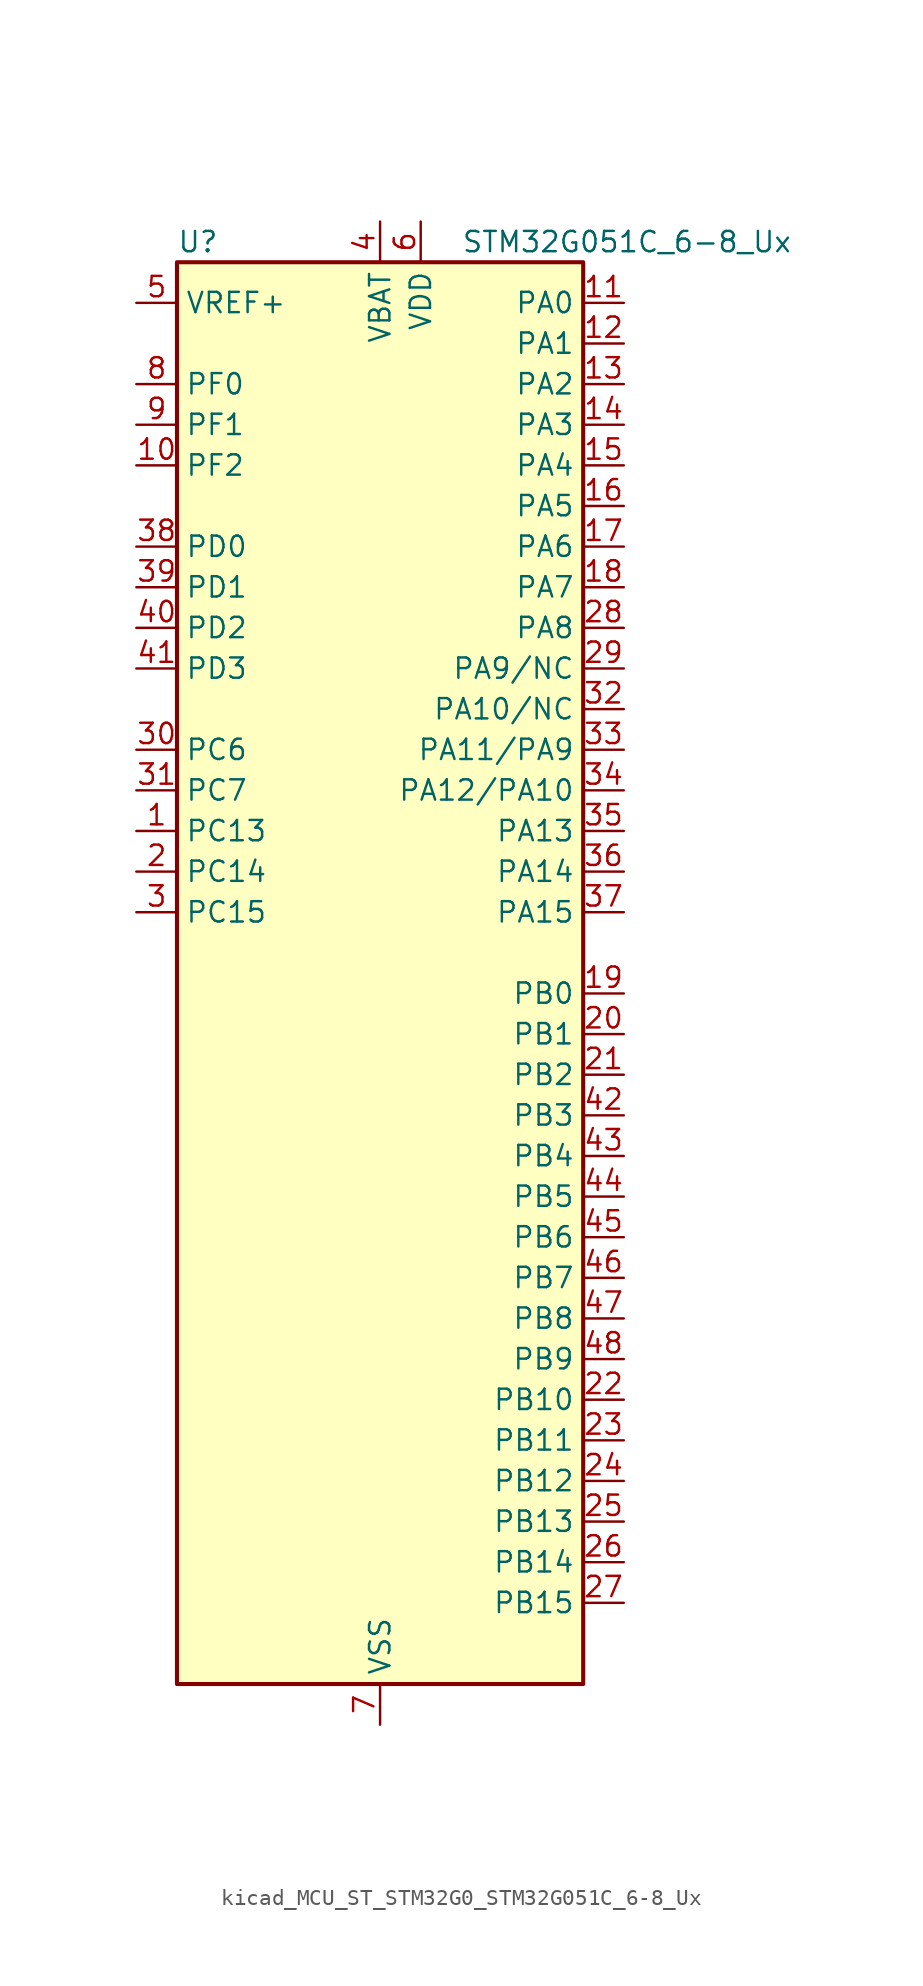
<source format=kicad_sym>
(kicad_symbol_lib
  (version 20220914)
  (generator kicad_symbol_editor)
  (symbol "kicad_MCU_ST_STM32G0_STM32G051C_6-8_Ux"
    (property "Reference" "U"
      (at -12.7 46.99 0)
      (effects (font (size 1.27 1.27)) (justify left)))
    (property "Value" "STM32G051C_6-8_Ux"
      (at 5.08 46.99 0)
      (effects (font (size 1.27 1.27)) (justify left)))
    (property "ki_locked" ""
      (at 0 0 0)
      (effects (font (size 1.27 1.27))))
    (symbol "kicad_MCU_ST_STM32G0_STM32G051C_6-8_Ux_0_1"
      (rectangle (start -12.7 -43.18) (end 12.7 45.72) (stroke (width 0.254) (type default)) (fill (type background))))
    (symbol "kicad_MCU_ST_STM32G0_STM32G051C_6-8_Ux_1_1"
      (pin bidirectional line (at -15.24 10.16 0) (length 2.54) (name "PC13" (effects (font (size 1.27 1.27)))) (number "1" (effects (font (size 1.27 1.27)))) (alternate "RTC_OUT1" bidirectional line) (alternate "RTC_TAMP_IN1" bidirectional line) (alternate "RTC_TS" bidirectional line) (alternate "SYS_WKUP2" bidirectional line) (alternate "TIM1_BK" bidirectional line))
      (pin bidirectional line (at -15.24 33.02 0) (length 2.54) (name "PF2" (effects (font (size 1.27 1.27)))) (number "10" (effects (font (size 1.27 1.27)))) (alternate "RCC_MCO" bidirectional line))
      (pin bidirectional line (at 15.24 43.18 180) (length 2.54) (name "PA0" (effects (font (size 1.27 1.27)))) (number "11" (effects (font (size 1.27 1.27)))) (alternate "ADC1_IN0" bidirectional line) (alternate "COMP1_INM" bidirectional line) (alternate "COMP1_OUT" bidirectional line) (alternate "LPTIM1_OUT" bidirectional line) (alternate "RTC_TAMP_IN2" bidirectional line) (alternate "SPI2_SCK" bidirectional line) (alternate "SYS_WKUP1" bidirectional line) (alternate "TIM2_CH1" bidirectional line) (alternate "TIM2_ETR" bidirectional line) (alternate "USART2_CTS" bidirectional line) (alternate "USART2_NSS" bidirectional line))
      (pin bidirectional line (at 15.24 40.64 180) (length 2.54) (name "PA1" (effects (font (size 1.27 1.27)))) (number "12" (effects (font (size 1.27 1.27)))) (alternate "ADC1_IN1" bidirectional line) (alternate "COMP1_INP" bidirectional line) (alternate "I2C1_SMBA" bidirectional line) (alternate "I2S1_CK" bidirectional line) (alternate "SPI1_SCK" bidirectional line) (alternate "TIM15_CH1N" bidirectional line) (alternate "TIM2_CH2" bidirectional line) (alternate "USART2_CK" bidirectional line) (alternate "USART2_DE" bidirectional line) (alternate "USART2_RTS" bidirectional line))
      (pin bidirectional line (at 15.24 38.1 180) (length 2.54) (name "PA2" (effects (font (size 1.27 1.27)))) (number "13" (effects (font (size 1.27 1.27)))) (alternate "ADC1_IN2" bidirectional line) (alternate "COMP2_INM" bidirectional line) (alternate "COMP2_OUT" bidirectional line) (alternate "I2S1_SD" bidirectional line) (alternate "LPUART1_TX" bidirectional line) (alternate "RCC_LSCO" bidirectional line) (alternate "SPI1_MOSI" bidirectional line) (alternate "SYS_WKUP4" bidirectional line) (alternate "TIM15_CH1" bidirectional line) (alternate "TIM2_CH3" bidirectional line) (alternate "USART2_TX" bidirectional line))
      (pin bidirectional line (at 15.24 35.56 180) (length 2.54) (name "PA3" (effects (font (size 1.27 1.27)))) (number "14" (effects (font (size 1.27 1.27)))) (alternate "ADC1_IN3" bidirectional line) (alternate "COMP2_INP" bidirectional line) (alternate "LPUART1_RX" bidirectional line) (alternate "SPI2_MISO" bidirectional line) (alternate "TIM15_CH2" bidirectional line) (alternate "TIM2_CH4" bidirectional line) (alternate "USART2_RX" bidirectional line))
      (pin bidirectional line (at 15.24 33.02 180) (length 2.54) (name "PA4" (effects (font (size 1.27 1.27)))) (number "15" (effects (font (size 1.27 1.27)))) (alternate "ADC1_IN4" bidirectional line) (alternate "DAC1_OUT1" bidirectional line) (alternate "I2S1_WS" bidirectional line) (alternate "LPTIM2_OUT" bidirectional line) (alternate "RTC_OUT2" bidirectional line) (alternate "SPI1_NSS" bidirectional line) (alternate "SPI2_MOSI" bidirectional line) (alternate "TIM14_CH1" bidirectional line))
      (pin bidirectional line (at 15.24 30.48 180) (length 2.54) (name "PA5" (effects (font (size 1.27 1.27)))) (number "16" (effects (font (size 1.27 1.27)))) (alternate "ADC1_IN5" bidirectional line) (alternate "DAC1_OUT2" bidirectional line) (alternate "I2S1_CK" bidirectional line) (alternate "LPTIM2_ETR" bidirectional line) (alternate "SPI1_SCK" bidirectional line) (alternate "TIM2_CH1" bidirectional line) (alternate "TIM2_ETR" bidirectional line))
      (pin bidirectional line (at 15.24 27.94 180) (length 2.54) (name "PA6" (effects (font (size 1.27 1.27)))) (number "17" (effects (font (size 1.27 1.27)))) (alternate "ADC1_IN6" bidirectional line) (alternate "COMP1_OUT" bidirectional line) (alternate "I2S1_MCK" bidirectional line) (alternate "LPUART1_CTS" bidirectional line) (alternate "SPI1_MISO" bidirectional line) (alternate "TIM16_CH1" bidirectional line) (alternate "TIM1_BK" bidirectional line) (alternate "TIM3_CH1" bidirectional line))
      (pin bidirectional line (at 15.24 25.4 180) (length 2.54) (name "PA7" (effects (font (size 1.27 1.27)))) (number "18" (effects (font (size 1.27 1.27)))) (alternate "ADC1_IN7" bidirectional line) (alternate "COMP2_OUT" bidirectional line) (alternate "I2S1_SD" bidirectional line) (alternate "SPI1_MOSI" bidirectional line) (alternate "TIM14_CH1" bidirectional line) (alternate "TIM17_CH1" bidirectional line) (alternate "TIM1_CH1N" bidirectional line) (alternate "TIM3_CH2" bidirectional line))
      (pin bidirectional line (at 15.24 0 180) (length 2.54) (name "PB0" (effects (font (size 1.27 1.27)))) (number "19" (effects (font (size 1.27 1.27)))) (alternate "ADC1_IN8" bidirectional line) (alternate "COMP1_OUT" bidirectional line) (alternate "I2S1_WS" bidirectional line) (alternate "LPTIM1_OUT" bidirectional line) (alternate "SPI1_NSS" bidirectional line) (alternate "TIM1_CH2N" bidirectional line) (alternate "TIM3_CH3" bidirectional line))
      (pin bidirectional line (at -15.24 7.62 0) (length 2.54) (name "PC14" (effects (font (size 1.27 1.27)))) (number "2" (effects (font (size 1.27 1.27)))) (alternate "RCC_OSC32_IN" bidirectional line) (alternate "TIM1_BK2" bidirectional line))
      (pin bidirectional line (at 15.24 -2.54 180) (length 2.54) (name "PB1" (effects (font (size 1.27 1.27)))) (number "20" (effects (font (size 1.27 1.27)))) (alternate "ADC1_IN9" bidirectional line) (alternate "COMP1_INM" bidirectional line) (alternate "LPTIM2_IN1" bidirectional line) (alternate "LPUART1_DE" bidirectional line) (alternate "LPUART1_RTS" bidirectional line) (alternate "TIM14_CH1" bidirectional line) (alternate "TIM1_CH3N" bidirectional line) (alternate "TIM3_CH4" bidirectional line))
      (pin bidirectional line (at 15.24 -5.08 180) (length 2.54) (name "PB2" (effects (font (size 1.27 1.27)))) (number "21" (effects (font (size 1.27 1.27)))) (alternate "ADC1_IN10" bidirectional line) (alternate "COMP1_INP" bidirectional line) (alternate "LPTIM1_OUT" bidirectional line) (alternate "SPI2_MISO" bidirectional line))
      (pin bidirectional line (at 15.24 -25.4 180) (length 2.54) (name "PB10" (effects (font (size 1.27 1.27)))) (number "22" (effects (font (size 1.27 1.27)))) (alternate "ADC1_IN11" bidirectional line) (alternate "COMP1_OUT" bidirectional line) (alternate "I2C2_SCL" bidirectional line) (alternate "LPUART1_RX" bidirectional line) (alternate "SPI2_SCK" bidirectional line) (alternate "TIM2_CH3" bidirectional line))
      (pin bidirectional line (at 15.24 -27.94 180) (length 2.54) (name "PB11" (effects (font (size 1.27 1.27)))) (number "23" (effects (font (size 1.27 1.27)))) (alternate "ADC1_EXTI11" bidirectional line) (alternate "ADC1_IN15" bidirectional line) (alternate "COMP2_OUT" bidirectional line) (alternate "I2C2_SDA" bidirectional line) (alternate "LPUART1_TX" bidirectional line) (alternate "SPI2_MOSI" bidirectional line) (alternate "TIM2_CH4" bidirectional line))
      (pin bidirectional line (at 15.24 -30.48 180) (length 2.54) (name "PB12" (effects (font (size 1.27 1.27)))) (number "24" (effects (font (size 1.27 1.27)))) (alternate "ADC1_IN16" bidirectional line) (alternate "LPUART1_DE" bidirectional line) (alternate "LPUART1_RTS" bidirectional line) (alternate "SPI2_NSS" bidirectional line) (alternate "TIM15_BK" bidirectional line) (alternate "TIM1_BK" bidirectional line))
      (pin bidirectional line (at 15.24 -33.02 180) (length 2.54) (name "PB13" (effects (font (size 1.27 1.27)))) (number "25" (effects (font (size 1.27 1.27)))) (alternate "I2C2_SCL" bidirectional line) (alternate "LPUART1_CTS" bidirectional line) (alternate "SPI2_SCK" bidirectional line) (alternate "TIM15_CH1N" bidirectional line) (alternate "TIM1_CH1N" bidirectional line))
      (pin bidirectional line (at 15.24 -35.56 180) (length 2.54) (name "PB14" (effects (font (size 1.27 1.27)))) (number "26" (effects (font (size 1.27 1.27)))) (alternate "I2C2_SDA" bidirectional line) (alternate "SPI2_MISO" bidirectional line) (alternate "TIM15_CH1" bidirectional line) (alternate "TIM1_CH2N" bidirectional line))
      (pin bidirectional line (at 15.24 -38.1 180) (length 2.54) (name "PB15" (effects (font (size 1.27 1.27)))) (number "27" (effects (font (size 1.27 1.27)))) (alternate "RTC_REFIN" bidirectional line) (alternate "SPI2_MOSI" bidirectional line) (alternate "TIM15_CH1N" bidirectional line) (alternate "TIM15_CH2" bidirectional line) (alternate "TIM1_CH3N" bidirectional line))
      (pin bidirectional line (at 15.24 22.86 180) (length 2.54) (name "PA8" (effects (font (size 1.27 1.27)))) (number "28" (effects (font (size 1.27 1.27)))) (alternate "LPTIM2_OUT" bidirectional line) (alternate "RCC_MCO" bidirectional line) (alternate "SPI2_NSS" bidirectional line) (alternate "TIM1_CH1" bidirectional line))
      (pin bidirectional line (at 15.24 20.32 180) (length 2.54) (name "PA9/NC" (effects (font (size 1.27 1.27)))) (number "29" (effects (font (size 1.27 1.27)))) (alternate "DAC1_EXTI9" bidirectional line) (alternate "I2C1_SCL" bidirectional line) (alternate "RCC_MCO" bidirectional line) (alternate "SPI2_MISO" bidirectional line) (alternate "TIM15_BK" bidirectional line) (alternate "TIM1_CH2" bidirectional line) (alternate "USART1_TX" bidirectional line))
      (pin bidirectional line (at -15.24 5.08 0) (length 2.54) (name "PC15" (effects (font (size 1.27 1.27)))) (number "3" (effects (font (size 1.27 1.27)))) (alternate "RCC_OSC32_EN" bidirectional line) (alternate "RCC_OSC32_OUT" bidirectional line) (alternate "RCC_OSC_EN" bidirectional line) (alternate "TIM15_BK" bidirectional line))
      (pin bidirectional line (at -15.24 15.24 0) (length 2.54) (name "PC6" (effects (font (size 1.27 1.27)))) (number "30" (effects (font (size 1.27 1.27)))) (alternate "TIM2_CH3" bidirectional line) (alternate "TIM3_CH1" bidirectional line))
      (pin bidirectional line (at -15.24 12.7 0) (length 2.54) (name "PC7" (effects (font (size 1.27 1.27)))) (number "31" (effects (font (size 1.27 1.27)))) (alternate "TIM2_CH4" bidirectional line) (alternate "TIM3_CH2" bidirectional line))
      (pin bidirectional line (at 15.24 17.78 180) (length 2.54) (name "PA10/NC" (effects (font (size 1.27 1.27)))) (number "32" (effects (font (size 1.27 1.27)))) (alternate "I2C1_SDA" bidirectional line) (alternate "SPI2_MOSI" bidirectional line) (alternate "TIM17_BK" bidirectional line) (alternate "TIM1_CH3" bidirectional line) (alternate "USART1_RX" bidirectional line))
      (pin bidirectional line (at 15.24 15.24 180) (length 2.54) (name "PA11/PA9" (effects (font (size 1.27 1.27)))) (number "33" (effects (font (size 1.27 1.27)))) (alternate "ADC1_EXTI11" bidirectional line) (alternate "COMP1_OUT" bidirectional line) (alternate "I2C2_SCL" bidirectional line) (alternate "I2S1_MCK" bidirectional line) (alternate "SPI1_MISO" bidirectional line) (alternate "TIM1_BK2" bidirectional line) (alternate "TIM1_CH4" bidirectional line) (alternate "USART1_CTS" bidirectional line) (alternate "USART1_NSS" bidirectional line))
      (pin bidirectional line (at 15.24 12.7 180) (length 2.54) (name "PA12/PA10" (effects (font (size 1.27 1.27)))) (number "34" (effects (font (size 1.27 1.27)))) (alternate "COMP2_OUT" bidirectional line) (alternate "I2C2_SDA" bidirectional line) (alternate "I2S1_SD" bidirectional line) (alternate "I2S_CKIN" bidirectional line) (alternate "SPI1_MOSI" bidirectional line) (alternate "TIM1_ETR" bidirectional line) (alternate "USART1_CK" bidirectional line) (alternate "USART1_DE" bidirectional line) (alternate "USART1_RTS" bidirectional line))
      (pin bidirectional line (at 15.24 10.16 180) (length 2.54) (name "PA13" (effects (font (size 1.27 1.27)))) (number "35" (effects (font (size 1.27 1.27)))) (alternate "ADC1_IN17" bidirectional line) (alternate "IR_OUT" bidirectional line) (alternate "SYS_SWDIO" bidirectional line))
      (pin bidirectional line (at 15.24 7.62 180) (length 2.54) (name "PA14" (effects (font (size 1.27 1.27)))) (number "36" (effects (font (size 1.27 1.27)))) (alternate "ADC1_IN18" bidirectional line) (alternate "SYS_SWCLK" bidirectional line) (alternate "USART2_TX" bidirectional line))
      (pin bidirectional line (at 15.24 5.08 180) (length 2.54) (name "PA15" (effects (font (size 1.27 1.27)))) (number "37" (effects (font (size 1.27 1.27)))) (alternate "I2S1_WS" bidirectional line) (alternate "SPI1_NSS" bidirectional line) (alternate "TIM2_CH1" bidirectional line) (alternate "TIM2_ETR" bidirectional line) (alternate "USART2_RX" bidirectional line))
      (pin bidirectional line (at -15.24 27.94 0) (length 2.54) (name "PD0" (effects (font (size 1.27 1.27)))) (number "38" (effects (font (size 1.27 1.27)))) (alternate "SPI2_NSS" bidirectional line) (alternate "TIM16_CH1" bidirectional line))
      (pin bidirectional line (at -15.24 25.4 0) (length 2.54) (name "PD1" (effects (font (size 1.27 1.27)))) (number "39" (effects (font (size 1.27 1.27)))) (alternate "SPI2_SCK" bidirectional line) (alternate "TIM17_CH1" bidirectional line))
      (pin power_in line (at 0 48.26 270) (length 2.54) (name "VBAT" (effects (font (size 1.27 1.27)))) (number "4" (effects (font (size 1.27 1.27)))))
      (pin bidirectional line (at -15.24 22.86 0) (length 2.54) (name "PD2" (effects (font (size 1.27 1.27)))) (number "40" (effects (font (size 1.27 1.27)))) (alternate "TIM1_CH1N" bidirectional line) (alternate "TIM3_ETR" bidirectional line))
      (pin bidirectional line (at -15.24 20.32 0) (length 2.54) (name "PD3" (effects (font (size 1.27 1.27)))) (number "41" (effects (font (size 1.27 1.27)))) (alternate "SPI2_MISO" bidirectional line) (alternate "TIM1_CH2N" bidirectional line) (alternate "USART2_CTS" bidirectional line) (alternate "USART2_NSS" bidirectional line))
      (pin bidirectional line (at 15.24 -7.62 180) (length 2.54) (name "PB3" (effects (font (size 1.27 1.27)))) (number "42" (effects (font (size 1.27 1.27)))) (alternate "COMP2_INM" bidirectional line) (alternate "I2S1_CK" bidirectional line) (alternate "SPI1_SCK" bidirectional line) (alternate "TIM1_CH2" bidirectional line) (alternate "TIM2_CH2" bidirectional line) (alternate "USART1_CK" bidirectional line) (alternate "USART1_DE" bidirectional line) (alternate "USART1_RTS" bidirectional line))
      (pin bidirectional line (at 15.24 -10.16 180) (length 2.54) (name "PB4" (effects (font (size 1.27 1.27)))) (number "43" (effects (font (size 1.27 1.27)))) (alternate "COMP2_INP" bidirectional line) (alternate "I2S1_MCK" bidirectional line) (alternate "SPI1_MISO" bidirectional line) (alternate "TIM17_BK" bidirectional line) (alternate "TIM3_CH1" bidirectional line) (alternate "USART1_CTS" bidirectional line) (alternate "USART1_NSS" bidirectional line))
      (pin bidirectional line (at 15.24 -12.7 180) (length 2.54) (name "PB5" (effects (font (size 1.27 1.27)))) (number "44" (effects (font (size 1.27 1.27)))) (alternate "COMP2_OUT" bidirectional line) (alternate "I2C1_SMBA" bidirectional line) (alternate "I2S1_SD" bidirectional line) (alternate "LPTIM1_IN1" bidirectional line) (alternate "SPI1_MOSI" bidirectional line) (alternate "SYS_WKUP6" bidirectional line) (alternate "TIM16_BK" bidirectional line) (alternate "TIM3_CH2" bidirectional line))
      (pin bidirectional line (at 15.24 -15.24 180) (length 2.54) (name "PB6" (effects (font (size 1.27 1.27)))) (number "45" (effects (font (size 1.27 1.27)))) (alternate "COMP2_INP" bidirectional line) (alternate "I2C1_SCL" bidirectional line) (alternate "LPTIM1_ETR" bidirectional line) (alternate "SPI2_MISO" bidirectional line) (alternate "TIM16_CH1N" bidirectional line) (alternate "TIM1_CH3" bidirectional line) (alternate "USART1_TX" bidirectional line))
      (pin bidirectional line (at 15.24 -17.78 180) (length 2.54) (name "PB7" (effects (font (size 1.27 1.27)))) (number "46" (effects (font (size 1.27 1.27)))) (alternate "COMP2_INM" bidirectional line) (alternate "I2C1_SDA" bidirectional line) (alternate "LPTIM1_IN2" bidirectional line) (alternate "SPI2_MOSI" bidirectional line) (alternate "SYS_PVD_IN" bidirectional line) (alternate "TIM17_CH1N" bidirectional line) (alternate "USART1_RX" bidirectional line))
      (pin bidirectional line (at 15.24 -20.32 180) (length 2.54) (name "PB8" (effects (font (size 1.27 1.27)))) (number "47" (effects (font (size 1.27 1.27)))) (alternate "I2C1_SCL" bidirectional line) (alternate "SPI2_SCK" bidirectional line) (alternate "TIM15_BK" bidirectional line) (alternate "TIM16_CH1" bidirectional line))
      (pin bidirectional line (at 15.24 -22.86 180) (length 2.54) (name "PB9" (effects (font (size 1.27 1.27)))) (number "48" (effects (font (size 1.27 1.27)))) (alternate "DAC1_EXTI9" bidirectional line) (alternate "I2C1_SDA" bidirectional line) (alternate "IR_OUT" bidirectional line) (alternate "SPI2_NSS" bidirectional line) (alternate "TIM17_CH1" bidirectional line))
      (pin passive line (at 0 -45.72 90) (length 2.54) hide (name "VSS" (effects (font (size 1.27 1.27)))) (number "49" (effects (font (size 1.27 1.27)))))
      (pin input line (at -15.24 43.18 0) (length 2.54) (name "VREF+" (effects (font (size 1.27 1.27)))) (number "5" (effects (font (size 1.27 1.27)))) (alternate "VREFBUF_OUT" bidirectional line))
      (pin power_in line (at 2.54 48.26 270) (length 2.54) (name "VDD" (effects (font (size 1.27 1.27)))) (number "6" (effects (font (size 1.27 1.27)))))
      (pin power_in line (at 0 -45.72 90) (length 2.54) (name "VSS" (effects (font (size 1.27 1.27)))) (number "7" (effects (font (size 1.27 1.27)))))
      (pin bidirectional line (at -15.24 38.1 0) (length 2.54) (name "PF0" (effects (font (size 1.27 1.27)))) (number "8" (effects (font (size 1.27 1.27)))) (alternate "RCC_OSC_IN" bidirectional line) (alternate "TIM14_CH1" bidirectional line))
      (pin bidirectional line (at -15.24 35.56 0) (length 2.54) (name "PF1" (effects (font (size 1.27 1.27)))) (number "9" (effects (font (size 1.27 1.27)))) (alternate "RCC_OSC_EN" bidirectional line) (alternate "RCC_OSC_OUT" bidirectional line) (alternate "TIM15_CH1N" bidirectional line)))))
</source>
